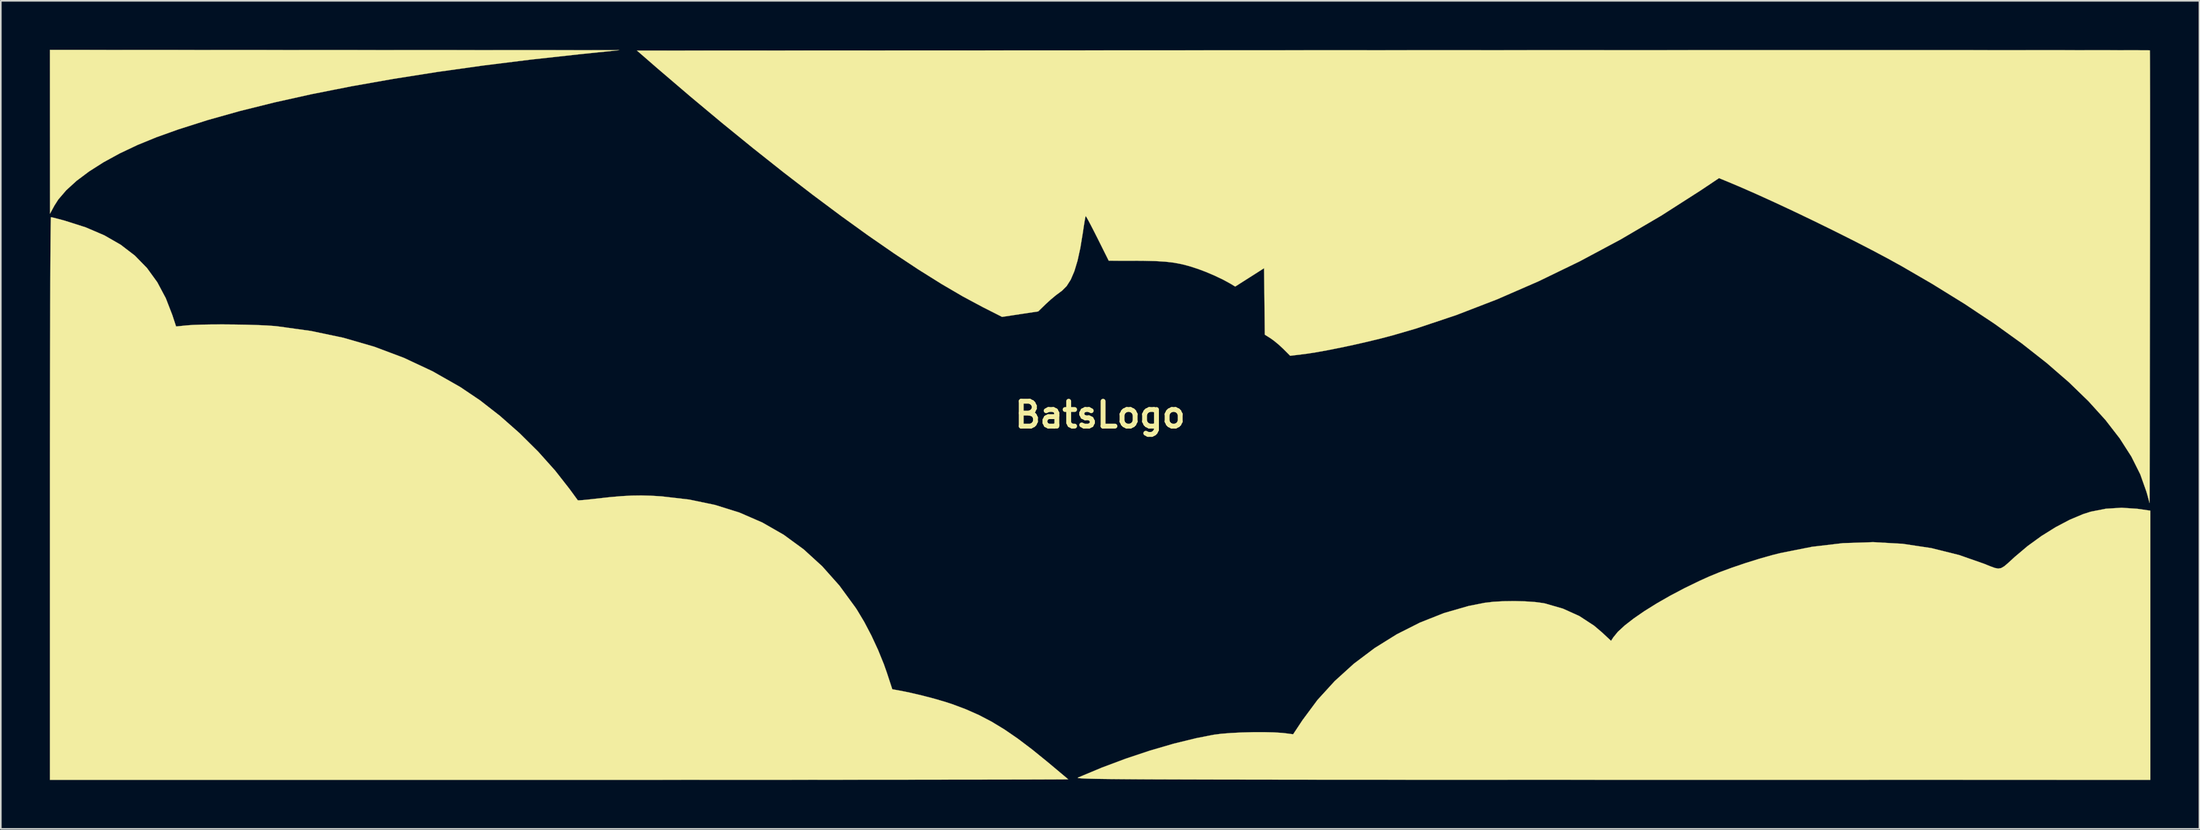
<source format=kicad_pcb>
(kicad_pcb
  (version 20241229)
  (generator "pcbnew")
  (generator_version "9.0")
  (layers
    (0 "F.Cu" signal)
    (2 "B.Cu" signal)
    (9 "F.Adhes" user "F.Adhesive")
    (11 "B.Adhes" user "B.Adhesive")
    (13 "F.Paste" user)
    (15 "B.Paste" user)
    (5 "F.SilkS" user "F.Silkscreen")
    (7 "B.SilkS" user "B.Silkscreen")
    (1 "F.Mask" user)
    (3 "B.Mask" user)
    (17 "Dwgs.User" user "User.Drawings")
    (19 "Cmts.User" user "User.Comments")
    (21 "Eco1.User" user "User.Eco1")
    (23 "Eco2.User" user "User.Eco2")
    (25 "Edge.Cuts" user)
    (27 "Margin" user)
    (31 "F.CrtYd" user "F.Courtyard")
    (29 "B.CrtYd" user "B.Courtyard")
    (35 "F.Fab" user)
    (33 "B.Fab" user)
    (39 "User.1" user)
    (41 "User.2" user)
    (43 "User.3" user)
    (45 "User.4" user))
  (footprint "BatsLogo"
    (layer "F.Cu")
    (at 64.267 22.357)
    (property "Reference" "BatsLogo" (at 0 0 0) (layer "F.SilkS") (effects (font (size 1.524 1.524) (thickness 0.3))))
    (attr through_hole)
    (fp_poly (pts (xy -46.842 -22.343) (xy -29.422 -22.335) (xy -31.75 -22.096) (xy -34.814 -21.76) (xy -37.758 -21.394) (xy -40.577 -20.998) (xy -43.267 -20.573) (xy -45.822 -20.121) (xy -48.237 -19.643) (xy -50.509 -19.138) (xy -52.631 -18.61) (xy -54.599 -18.057) (xy -56.408 -17.481) (xy -57.743 -17.003) (xy -58.906 -16.527) (xy -59.99 -16.013) (xy -60.981 -15.471) (xy -61.865 -14.908) (xy -62.631 -14.334) (xy -63.263 -13.758) (xy -63.75 -13.189) (xy -63.991 -12.811) (xy -64.257 -12.319) (xy -64.262 -22.352) (xy -46.842 -22.343)) (stroke (width 0.01) (type solid)) (fill yes) (layer "F.SilkS"))
    (fp_poly (pts (xy 63.46 5.752) (xy 63.498 5.757) (xy 64.262 5.867) (xy 64.262 22.352) (xy 31.305 22.349) (xy 28.481 22.348) (xy 25.822 22.348) (xy 23.322 22.347) (xy 20.977 22.347) (xy 18.782 22.346) (xy 16.733 22.345) (xy 14.824 22.344) (xy 13.05 22.343) (xy 11.408 22.341) (xy 9.891 22.339) (xy 8.496 22.337) (xy 7.217 22.335) (xy 6.05 22.332) (xy 4.99 22.329) (xy 4.032 22.326) (xy 3.171 22.323) (xy 2.402 22.319) (xy 1.721 22.314) (xy 1.123 22.309) (xy 0.603 22.304) (xy 0.156 22.298) (xy -0.223 22.292) (xy -0.538 22.285) (xy -0.795 22.278) (xy -0.997 22.27) (xy -1.15 22.262) (xy -1.259 22.253) (xy -1.328 22.244) (xy -1.363 22.234) (xy -1.368 22.223) (xy -1.355 22.214) (xy 0.098 21.606) (xy 1.582 21.05) (xy 3.063 20.557) (xy 4.507 20.136) (xy 5.88 19.8) (xy 6.943 19.592) (xy 7.406 19.532) (xy 7.991 19.485) (xy 8.652 19.452) (xy 9.343 19.434) (xy 10.019 19.432) (xy 10.635 19.446) (xy 11.145 19.479) (xy 11.303 19.496) (xy 11.811 19.562) (xy 12.387 18.692) (xy 13.302 17.458) (xy 14.355 16.304) (xy 15.526 15.241) (xy 16.799 14.282) (xy 18.155 13.437) (xy 19.576 12.719) (xy 21.044 12.138) (xy 22.542 11.706) (xy 23.537 11.509) (xy 24.062 11.448) (xy 24.681 11.413) (xy 25.345 11.404) (xy 26.004 11.421) (xy 26.608 11.462) (xy 27.107 11.528) (xy 27.22 11.55) (xy 28.324 11.869) (xy 29.326 12.322) (xy 30.225 12.91) (xy 30.713 13.325) (xy 31.265 13.841) (xy 31.4 13.631) (xy 31.68 13.287) (xy 32.102 12.897) (xy 32.651 12.47) (xy 33.307 12.017) (xy 34.057 11.549) (xy 34.881 11.077) (xy 35.765 10.61) (xy 36.69 10.161) (xy 37.254 9.906) (xy 37.905 9.638) (xy 38.67 9.356) (xy 39.497 9.075) (xy 40.335 8.814) (xy 41.132 8.588) (xy 41.609 8.468) (xy 43.554 8.081) (xy 45.451 7.857) (xy 47.3 7.795) (xy 49.102 7.896) (xy 50.855 8.159) (xy 52.561 8.584) (xy 54.079 9.115) (xy 54.465 9.271) (xy 54.744 9.374) (xy 54.955 9.414) (xy 55.136 9.383) (xy 55.325 9.273) (xy 55.56 9.074) (xy 55.88 8.78) (xy 55.971 8.696) (xy 56.754 8.035) (xy 57.597 7.423) (xy 58.467 6.879) (xy 59.33 6.424) (xy 60.153 6.078) (xy 60.621 5.929) (xy 61.538 5.749) (xy 62.508 5.689) (xy 63.46 5.752)) (stroke (width 0.01) (type solid)) (fill yes) (layer "F.SilkS"))
    (fp_poly (pts (xy -64.094 -12.086) (xy -63.866 -12.029) (xy -63.553 -11.947) (xy -63.359 -11.894) (xy -62.076 -11.485) (xy -60.938 -10.997) (xy -59.938 -10.423) (xy -59.069 -9.757) (xy -58.323 -8.993) (xy -57.693 -8.124) (xy -57.171 -7.143) (xy -56.772 -6.114) (xy -56.542 -5.413) (xy -55.893 -5.479) (xy -55.505 -5.507) (xy -54.982 -5.525) (xy -54.36 -5.536) (xy -53.675 -5.538) (xy -52.96 -5.532) (xy -52.252 -5.52) (xy -51.585 -5.5) (xy -50.995 -5.474) (xy -50.516 -5.441) (xy -50.377 -5.427) (xy -48.291 -5.138) (xy -46.31 -4.722) (xy -44.42 -4.175) (xy -42.606 -3.493) (xy -40.855 -2.672) (xy -39.158 -1.708) (xy -37.944 -0.889) (xy -36.723 0.063) (xy -35.527 1.119) (xy -34.39 2.247) (xy -33.345 3.416) (xy -32.473 4.53) (xy -32.262 4.819) (xy -32.091 5.053) (xy -31.983 5.2) (xy -31.957 5.234) (xy -31.87 5.235) (xy -31.646 5.218) (xy -31.319 5.186) (xy -30.92 5.142) (xy -30.848 5.134) (xy -30.013 5.041) (xy -29.301 4.979) (xy -28.669 4.944) (xy -28.074 4.936) (xy -27.471 4.952) (xy -26.839 4.991) (xy -25.149 5.186) (xy -23.56 5.517) (xy -22.067 5.985) (xy -20.668 6.594) (xy -19.36 7.344) (xy -18.14 8.237) (xy -17.004 9.275) (xy -15.95 10.46) (xy -14.974 11.794) (xy -14.867 11.956) (xy -14.432 12.683) (xy -13.995 13.517) (xy -13.586 14.4) (xy -13.232 15.271) (xy -13.049 15.79) (xy -12.716 16.806) (xy -12.348 16.871) (xy -11.645 17.011) (xy -10.869 17.193) (xy -10.089 17.398) (xy -9.374 17.61) (xy -9.064 17.712) (xy -8.221 18.028) (xy -7.421 18.382) (xy -6.64 18.79) (xy -5.854 19.267) (xy -5.035 19.83) (xy -4.161 20.492) (xy -3.204 21.269) (xy -3.175 21.294) (xy -2.796 21.611) (xy -2.463 21.891) (xy -2.197 22.113) (xy -2.021 22.262) (xy -1.954 22.319) (xy -2.035 22.321) (xy -2.28 22.324) (xy -2.682 22.326) (xy -3.236 22.328) (xy -3.935 22.331) (xy -4.774 22.333) (xy -5.748 22.335) (xy -6.849 22.337) (xy -8.072 22.339) (xy -9.412 22.34) (xy -10.862 22.342) (xy -12.416 22.344) (xy -14.069 22.345) (xy -15.815 22.346) (xy -17.647 22.348) (xy -19.56 22.349) (xy -21.549 22.35) (xy -23.606 22.35) (xy -25.726 22.351) (xy -27.904 22.352) (xy -30.133 22.352) (xy -32.407 22.352) (xy -33.091 22.352) (xy -64.262 22.352) (xy -64.262 5.122) (xy -64.262 3.427) (xy -64.261 1.778) (xy -64.259 0.182) (xy -64.257 -1.353) (xy -64.255 -2.818) (xy -64.252 -4.205) (xy -64.248 -5.508) (xy -64.245 -6.717) (xy -64.24 -7.825) (xy -64.236 -8.824) (xy -64.231 -9.705) (xy -64.226 -10.462) (xy -64.22 -11.086) (xy -64.214 -11.569) (xy -64.208 -11.902) (xy -64.202 -12.08) (xy -64.198 -12.107) (xy -64.094 -12.086)) (stroke (width 0.01) (type solid)) (fill yes) (layer "F.SilkS"))
    (fp_poly (pts (xy 47.565 -22.338) (xy 49.527 -22.338) (xy 51.389 -22.337) (xy 53.146 -22.337) (xy 54.792 -22.336) (xy 56.323 -22.336) (xy 57.734 -22.335) (xy 59.02 -22.334) (xy 60.177 -22.333) (xy 61.199 -22.332) (xy 62.081 -22.331) (xy 62.819 -22.33) (xy 63.408 -22.329) (xy 63.843 -22.327) (xy 64.119 -22.326) (xy 64.231 -22.324) (xy 64.234 -22.324) (xy 64.237 -22.237) (xy 64.24 -21.99) (xy 64.242 -21.592) (xy 64.244 -21.051) (xy 64.245 -20.376) (xy 64.247 -19.577) (xy 64.248 -18.661) (xy 64.248 -17.638) (xy 64.248 -16.517) (xy 64.248 -15.307) (xy 64.247 -14.016) (xy 64.246 -12.653) (xy 64.245 -11.228) (xy 64.243 -9.749) (xy 64.241 -8.448) (xy 64.22 5.4) (xy 64.027 4.711) (xy 63.648 3.642) (xy 63.103 2.553) (xy 62.392 1.443) (xy 61.518 0.313) (xy 60.481 -0.833) (xy 59.282 -1.997) (xy 57.924 -3.176) (xy 56.406 -4.37) (xy 54.732 -5.576) (xy 52.901 -6.794) (xy 50.915 -8.023) (xy 49.064 -9.099) (xy 48.175 -9.59) (xy 47.161 -10.128) (xy 46.053 -10.698) (xy 44.881 -11.286) (xy 43.678 -11.876) (xy 42.473 -12.454) (xy 41.297 -13.004) (xy 40.182 -13.512) (xy 39.157 -13.962) (xy 38.428 -14.269) (xy 37.871 -14.498) (xy 36.737 -13.739) (xy 34.322 -12.192) (xy 31.852 -10.743) (xy 29.344 -9.401) (xy 26.817 -8.175) (xy 24.289 -7.074) (xy 21.781 -6.106) (xy 19.308 -5.279) (xy 17.865 -4.859) (xy 17.133 -4.667) (xy 16.331 -4.473) (xy 15.497 -4.283) (xy 14.667 -4.107) (xy 13.88 -3.951) (xy 13.172 -3.824) (xy 12.58 -3.734) (xy 12.46 -3.719) (xy 11.63 -3.618) (xy 11.205 -4.043) (xy 10.929 -4.3) (xy 10.637 -4.54) (xy 10.429 -4.689) (xy 10.078 -4.911) (xy 10.056 -6.946) (xy 10.033 -8.982) (xy 9.15 -8.42) (xy 8.267 -7.858) (xy 7.965 -8.04) (xy 7.539 -8.273) (xy 7.017 -8.522) (xy 6.465 -8.758) (xy 5.994 -8.935) (xy 5.479 -9.102) (xy 4.997 -9.228) (xy 4.511 -9.32) (xy 3.985 -9.381) (xy 3.381 -9.418) (xy 2.662 -9.434) (xy 2.274 -9.437) (xy 0.527 -9.44) (xy -0.164 -10.826) (xy -0.385 -11.263) (xy -0.579 -11.64) (xy -0.736 -11.934) (xy -0.842 -12.122) (xy -0.885 -12.18) (xy -0.907 -12.089) (xy -0.948 -11.865) (xy -1 -11.542) (xy -1.054 -11.176) (xy -1.209 -10.23) (xy -1.382 -9.441) (xy -1.576 -8.796) (xy -1.797 -8.281) (xy -2.049 -7.886) (xy -2.338 -7.597) (xy -2.425 -7.534) (xy -2.7 -7.33) (xy -3.022 -7.062) (xy -3.312 -6.797) (xy -3.787 -6.335) (xy -4.894 -6.168) (xy -6 -6) (xy -7.188 -6.602) (xy -8.393 -7.248) (xy -9.704 -8.015) (xy -11.113 -8.898) (xy -12.613 -9.891) (xy -14.198 -10.989) (xy -15.859 -12.188) (xy -17.59 -13.481) (xy -19.384 -14.863) (xy -21.233 -16.33) (xy -23.131 -17.875) (xy -25.069 -19.494) (xy -27.042 -21.181) (xy -27.367 -21.463) (xy -28.341 -22.31) (xy 17.932 -22.331) (xy 20.723 -22.332) (xy 23.473 -22.333) (xy 26.174 -22.334) (xy 28.824 -22.335) (xy 31.417 -22.336) (xy 33.948 -22.336) (xy 36.412 -22.337) (xy 38.805 -22.337) (xy 41.122 -22.338) (xy 43.357 -22.338) (xy 45.507 -22.338) (xy 47.565 -22.338)) (stroke (width 0.01) (type solid)) (fill yes) (layer "F.SilkS")))
  (gr_rect
    (start -3 -3)
    (end 131.534 47.714)
    (stroke (width 0.1) (type default))
    (fill no)
    (layer "Edge.Cuts")))
</source>
